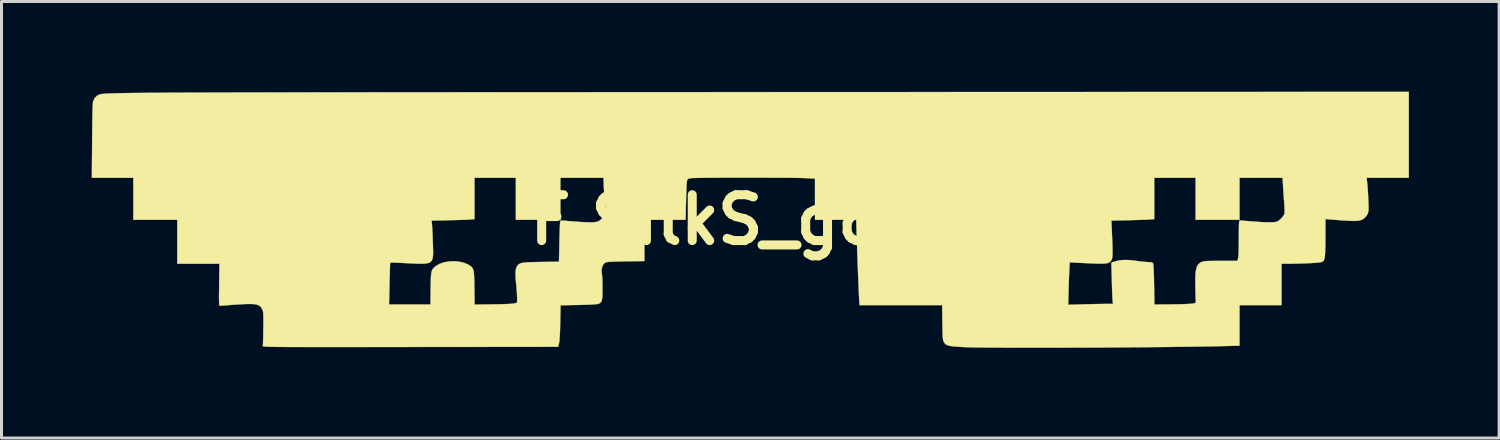
<source format=kicad_pcb>
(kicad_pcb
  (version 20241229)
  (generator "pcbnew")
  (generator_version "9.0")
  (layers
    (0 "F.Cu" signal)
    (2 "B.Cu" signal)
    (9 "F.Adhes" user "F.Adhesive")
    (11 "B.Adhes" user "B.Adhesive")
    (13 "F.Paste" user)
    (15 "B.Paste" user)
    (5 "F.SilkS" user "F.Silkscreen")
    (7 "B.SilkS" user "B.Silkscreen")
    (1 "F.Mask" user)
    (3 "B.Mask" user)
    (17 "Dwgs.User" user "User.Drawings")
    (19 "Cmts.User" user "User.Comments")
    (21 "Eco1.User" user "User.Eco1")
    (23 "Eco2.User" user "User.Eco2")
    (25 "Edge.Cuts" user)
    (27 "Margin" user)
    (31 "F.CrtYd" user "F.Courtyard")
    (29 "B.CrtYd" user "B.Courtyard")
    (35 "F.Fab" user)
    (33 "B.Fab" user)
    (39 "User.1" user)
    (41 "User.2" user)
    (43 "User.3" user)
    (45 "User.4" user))
  (footprint "F.SilkS_g893"
    (layer "F.Cu")
    (at 21.895 4.261)
    (property "Reference" "F.SilkS_g893" (at 0 0 0) (layer "F.SilkS") (effects (font (size 1.524 1.524) (thickness 0.3))))
    (attr through_hole)
    (fp_poly (pts (xy 21.907 -1.397) (xy 21.206 -1.397) (xy 20.505 -1.397) (xy 20.517 -1.289) (xy 20.528 -1.186) (xy 20.538 -1.062) (xy 20.547 -0.925) (xy 20.556 -0.783) (xy 20.562 -0.644) (xy 20.567 -0.517) (xy 20.569 -0.409) (xy 20.568 -0.329) (xy 20.565 -0.289) (xy 20.544 -0.208) (xy 20.502 -0.137) (xy 20.465 -0.094) (xy 20.427 -0.056) (xy 20.387 -0.025) (xy 20.341 -0.000404) (xy 20.285 0.018) (xy 20.215 0.029) (xy 20.128 0.035) (xy 20.018 0.035) (xy 19.882 0.03) (xy 19.716 0.02) (xy 19.515 0.004) (xy 19.289 -0.014) (xy 19.135 -0.027) (xy 19.135 0.544) (xy 19.134 0.702) (xy 19.132 0.853) (xy 19.128 0.988) (xy 19.124 1.101) (xy 19.118 1.185) (xy 19.113 1.23) (xy 19.1 1.292) (xy 19.085 1.338) (xy 19.061 1.373) (xy 19.024 1.397) (xy 18.966 1.413) (xy 18.884 1.424) (xy 18.771 1.432) (xy 18.621 1.44) (xy 18.614 1.44) (xy 18.463 1.447) (xy 18.304 1.452) (xy 18.15 1.456) (xy 18.016 1.459) (xy 17.944 1.46) (xy 17.674 1.46) (xy 17.674 2.836) (xy 16.277 2.836) (xy 16.277 4.186) (xy 15.722 4.199) (xy 15.466 4.205) (xy 15.182 4.21) (xy 14.873 4.215) (xy 14.54 4.22) (xy 14.188 4.224) (xy 13.819 4.229) (xy 13.436 4.232) (xy 13.041 4.236) (xy 12.637 4.239) (xy 12.227 4.242) (xy 11.814 4.245) (xy 11.401 4.247) (xy 10.991 4.249) (xy 10.585 4.25) (xy 10.188 4.251) (xy 9.801 4.252) (xy 9.429 4.252) (xy 9.072 4.252) (xy 8.735 4.251) (xy 8.42 4.25) (xy 8.13 4.248) (xy 7.868 4.246) (xy 7.636 4.244) (xy 7.437 4.241) (xy 7.274 4.237) (xy 7.15 4.233) (xy 7.126 4.232) (xy 6.946 4.223) (xy 6.803 4.212) (xy 6.692 4.199) (xy 6.607 4.183) (xy 6.545 4.161) (xy 6.5 4.134) (xy 6.466 4.098) (xy 6.441 4.058) (xy 6.43 4.033) (xy 6.421 3.998) (xy 6.414 3.951) (xy 6.408 3.884) (xy 6.404 3.794) (xy 6.401 3.674) (xy 6.398 3.521) (xy 6.396 3.413) (xy 6.388 2.836) (xy 3.644 2.836) (xy 3.643 2.826) (xy 10.579 2.826) (xy 11.031 2.812) (xy 11.19 2.808) (xy 11.356 2.804) (xy 11.519 2.8) (xy 11.665 2.798) (xy 11.777 2.796) (xy 12.071 2.794) (xy 12.058 2.683) (xy 12.054 2.632) (xy 12.049 2.546) (xy 12.044 2.431) (xy 12.039 2.294) (xy 12.035 2.143) (xy 12.031 1.998) (xy 12.016 1.424) (xy 12.151 1.379) (xy 12.292 1.347) (xy 12.462 1.334) (xy 12.653 1.34) (xy 12.856 1.366) (xy 12.857 1.367) (xy 12.969 1.383) (xy 13.093 1.396) (xy 13.202 1.404) (xy 13.215 1.404) (xy 13.299 1.408) (xy 13.352 1.414) (xy 13.381 1.425) (xy 13.398 1.446) (xy 13.405 1.461) (xy 13.411 1.495) (xy 13.416 1.566) (xy 13.422 1.669) (xy 13.427 1.797) (xy 13.432 1.946) (xy 13.435 2.111) (xy 13.436 2.166) (xy 13.446 2.818) (xy 14.073 2.811) (xy 14.283 2.807) (xy 14.453 2.803) (xy 14.584 2.797) (xy 14.679 2.791) (xy 14.739 2.783) (xy 14.762 2.777) (xy 14.823 2.75) (xy 14.811 2.316) (xy 14.807 2.101) (xy 14.809 1.923) (xy 14.816 1.78) (xy 14.831 1.666) (xy 14.853 1.577) (xy 14.885 1.51) (xy 14.926 1.459) (xy 14.978 1.422) (xy 15.013 1.404) (xy 15.044 1.392) (xy 15.081 1.383) (xy 15.127 1.376) (xy 15.19 1.371) (xy 15.274 1.368) (xy 15.385 1.366) (xy 15.53 1.365) (xy 15.653 1.365) (xy 16.203 1.365) (xy 16.228 1.291) (xy 16.237 1.243) (xy 16.244 1.158) (xy 16.25 1.033) (xy 16.253 0.868) (xy 16.255 0.662) (xy 16.255 0.619) (xy 16.255 0.444) (xy 16.256 0.307) (xy 16.258 0.203) (xy 16.261 0.128) (xy 16.265 0.076) (xy 16.27 0.045) (xy 16.277 0.028) (xy 16.287 0.022) (xy 16.293 0.022) (xy 16.326 0.023) (xy 16.393 0.028) (xy 16.486 0.036) (xy 16.6 0.045) (xy 16.701 0.053) (xy 16.944 0.071) (xy 17.147 0.081) (xy 17.309 0.083) (xy 17.431 0.077) (xy 17.513 0.063) (xy 17.532 0.056) (xy 17.596 0.016) (xy 17.664 -0.045) (xy 17.724 -0.116) (xy 17.765 -0.184) (xy 17.773 -0.206) (xy 17.776 -0.247) (xy 17.776 -0.322) (xy 17.773 -0.42) (xy 17.766 -0.533) (xy 17.763 -0.582) (xy 17.752 -0.721) (xy 17.742 -0.872) (xy 17.732 -1.017) (xy 17.725 -1.138) (xy 17.724 -1.148) (xy 17.71 -1.397) (xy 16.277 -1.397) (xy 16.277 0) (xy 14.817 0) (xy 14.817 -1.397) (xy 13.441 -1.397) (xy 13.441 -0.025) (xy 13.298 -0.013) (xy 13.238 -0.009) (xy 13.143 -0.005) (xy 13.02 -0.000366) (xy 12.878 0.004) (xy 12.723 0.009) (xy 12.586 0.012) (xy 12.017 0.026) (xy 12.035 0.463) (xy 12.044 0.674) (xy 12.05 0.847) (xy 12.054 0.986) (xy 12.054 1.096) (xy 12.052 1.18) (xy 12.046 1.244) (xy 12.038 1.29) (xy 12.026 1.324) (xy 12.016 1.342) (xy 11.982 1.385) (xy 11.94 1.417) (xy 11.885 1.439) (xy 11.81 1.452) (xy 11.709 1.457) (xy 11.576 1.456) (xy 11.472 1.453) (xy 11.33 1.447) (xy 11.179 1.44) (xy 11.034 1.434) (xy 10.911 1.427) (xy 10.877 1.426) (xy 10.631 1.412) (xy 10.618 1.643) (xy 10.614 1.735) (xy 10.608 1.859) (xy 10.603 2.005) (xy 10.598 2.161) (xy 10.593 2.318) (xy 10.592 2.349) (xy 10.579 2.826) (xy 3.643 2.826) (xy 3.632 2.704) (xy 3.629 2.652) (xy 3.624 2.563) (xy 3.618 2.441) (xy 3.612 2.292) (xy 3.604 2.118) (xy 3.597 1.927) (xy 3.589 1.721) (xy 3.58 1.506) (xy 3.572 1.287) (xy 3.564 1.069) (xy 3.557 0.856) (xy 3.55 0.653) (xy 3.544 0.464) (xy 3.543 0.439) (xy 3.53 0) (xy 2.159 0) (xy 2.159 -1.372) (xy 1.9 -1.386) (xy 1.822 -1.389) (xy 1.71 -1.392) (xy 1.567 -1.395) (xy 1.397 -1.397) (xy 1.205 -1.399) (xy 0.992 -1.4) (xy 0.764 -1.401) (xy 0.524 -1.402) (xy 0.276 -1.403) (xy 0.023 -1.403) (xy -0.231 -1.403) (xy -0.481 -1.403) (xy -0.725 -1.402) (xy -0.958 -1.402) (xy -1.176 -1.4) (xy -1.377 -1.399) (xy -1.556 -1.397) (xy -1.709 -1.395) (xy -1.833 -1.392) (xy -1.924 -1.39) (xy -1.978 -1.387) (xy -1.989 -1.385) (xy -2.049 -1.369) (xy -2.08 -1.347) (xy -2.095 -1.306) (xy -2.101 -1.28) (xy -2.106 -1.237) (xy -2.111 -1.158) (xy -2.116 -1.05) (xy -2.121 -0.918) (xy -2.126 -0.77) (xy -2.13 -0.611) (xy -2.131 -0.598) (xy -2.144 0) (xy -3.514 0) (xy -3.514 1.371) (xy -4.133 1.38) (xy -4.334 1.384) (xy -4.495 1.388) (xy -4.62 1.393) (xy -4.712 1.4) (xy -4.773 1.407) (xy -4.807 1.416) (xy -4.808 1.417) (xy -4.869 1.468) (xy -4.913 1.548) (xy -4.936 1.645) (xy -4.936 1.746) (xy -4.931 1.771) (xy -4.924 1.823) (xy -4.918 1.908) (xy -4.913 2.018) (xy -4.909 2.142) (xy -4.908 2.24) (xy -4.908 2.402) (xy -4.912 2.528) (xy -4.921 2.622) (xy -4.936 2.69) (xy -4.959 2.737) (xy -4.991 2.768) (xy -5.034 2.789) (xy -5.052 2.795) (xy -5.099 2.803) (xy -5.185 2.811) (xy -5.304 2.818) (xy -5.453 2.824) (xy -5.627 2.829) (xy -5.718 2.831) (xy -6.303 2.841) (xy -6.314 3.416) (xy -6.319 3.631) (xy -6.326 3.81) (xy -6.335 3.952) (xy -6.345 4.053) (xy -6.354 4.106) (xy -6.383 4.223) (xy -11.3 4.228) (xy -11.838 4.229) (xy -12.336 4.229) (xy -12.795 4.23) (xy -13.216 4.23) (xy -13.601 4.23) (xy -13.952 4.23) (xy -14.27 4.23) (xy -14.557 4.23) (xy -14.814 4.23) (xy -15.043 4.229) (xy -15.246 4.229) (xy -15.424 4.228) (xy -15.579 4.227) (xy -15.712 4.226) (xy -15.825 4.224) (xy -15.92 4.223) (xy -15.998 4.221) (xy -16.06 4.219) (xy -16.109 4.216) (xy -16.146 4.214) (xy -16.173 4.211) (xy -16.19 4.208) (xy -16.2 4.204) (xy -16.205 4.201) (xy -16.205 4.197) (xy -16.205 4.196) (xy -16.202 4.166) (xy -16.198 4.099) (xy -16.195 4.002) (xy -16.192 3.881) (xy -16.19 3.742) (xy -16.188 3.609) (xy -16.186 3.441) (xy -16.186 3.309) (xy -16.186 3.209) (xy -16.189 3.134) (xy -16.193 3.08) (xy -16.2 3.04) (xy -16.209 3.009) (xy -16.221 2.981) (xy -16.224 2.975) (xy -16.269 2.902) (xy -16.322 2.852) (xy -16.391 2.821) (xy -16.424 2.815) (xy -12.007 2.815) (xy -10.629 2.815) (xy -10.622 2.281) (xy -10.619 2.104) (xy -10.616 1.964) (xy -10.61 1.855) (xy -10.602 1.772) (xy -10.588 1.71) (xy -10.569 1.661) (xy -10.544 1.623) (xy -10.51 1.587) (xy -10.466 1.55) (xy -10.462 1.547) (xy -10.341 1.471) (xy -10.193 1.417) (xy -10.027 1.386) (xy -9.852 1.376) (xy -9.68 1.39) (xy -9.517 1.427) (xy -9.376 1.487) (xy -9.357 1.498) (xy -9.306 1.531) (xy -9.266 1.562) (xy -9.235 1.598) (xy -9.212 1.643) (xy -9.195 1.703) (xy -9.184 1.783) (xy -9.177 1.887) (xy -9.173 2.022) (xy -9.17 2.193) (xy -9.169 2.261) (xy -9.162 2.819) (xy -8.523 2.81) (xy -8.313 2.807) (xy -8.142 2.802) (xy -8.01 2.797) (xy -7.912 2.79) (xy -7.847 2.782) (xy -7.816 2.775) (xy -7.747 2.748) (xy -7.747 2.59) (xy -7.749 2.51) (xy -7.756 2.401) (xy -7.765 2.276) (xy -7.777 2.148) (xy -7.78 2.121) (xy -7.796 1.945) (xy -7.802 1.804) (xy -7.797 1.695) (xy -7.781 1.612) (xy -7.754 1.551) (xy -7.742 1.533) (xy -7.713 1.499) (xy -7.682 1.472) (xy -7.643 1.451) (xy -7.593 1.435) (xy -7.525 1.423) (xy -7.436 1.415) (xy -7.319 1.409) (xy -7.171 1.405) (xy -6.987 1.402) (xy -6.951 1.401) (xy -6.355 1.393) (xy -6.34 0.707) (xy -6.335 0.518) (xy -6.331 0.366) (xy -6.327 0.248) (xy -6.323 0.161) (xy -6.318 0.098) (xy -6.312 0.058) (xy -6.305 0.034) (xy -6.297 0.024) (xy -6.289 0.022) (xy -6.258 0.023) (xy -6.191 0.028) (xy -6.098 0.036) (xy -5.986 0.045) (xy -5.884 0.053) (xy -5.657 0.07) (xy -5.468 0.08) (xy -5.316 0.084) (xy -5.197 0.08) (xy -5.109 0.069) (xy -5.049 0.052) (xy -5.045 0.05) (xy -4.972 0.001) (xy -4.901 -0.07) (xy -4.844 -0.15) (xy -4.814 -0.224) (xy -4.813 -0.227) (xy -4.81 -0.277) (xy -4.811 -0.358) (xy -4.818 -0.455) (xy -4.824 -0.525) (xy -4.834 -0.633) (xy -4.845 -0.768) (xy -4.854 -0.913) (xy -4.861 -1.052) (xy -4.862 -1.074) (xy -4.875 -1.397) (xy -6.308 -1.397) (xy -6.308 0) (xy -7.789 0) (xy -7.789 -1.397) (xy -9.165 -1.397) (xy -9.165 -0.025) (xy -9.287 -0.013) (xy -9.34 -0.01) (xy -9.429 -0.005) (xy -9.547 -0.001) (xy -9.685 0.004) (xy -9.839 0.008) (xy -9.999 0.012) (xy -10.589 0.026) (xy -10.576 0.198) (xy -10.571 0.274) (xy -10.565 0.381) (xy -10.559 0.512) (xy -10.554 0.655) (xy -10.549 0.802) (xy -10.548 0.815) (xy -10.543 0.973) (xy -10.541 1.104) (xy -10.546 1.21) (xy -10.56 1.294) (xy -10.588 1.358) (xy -10.633 1.405) (xy -10.699 1.436) (xy -10.789 1.453) (xy -10.906 1.46) (xy -11.055 1.458) (xy -11.238 1.45) (xy -11.46 1.439) (xy -11.499 1.436) (xy -11.634 1.43) (xy -11.754 1.424) (xy -11.853 1.421) (xy -11.925 1.419) (xy -11.963 1.419) (xy -11.968 1.42) (xy -11.97 1.443) (xy -11.973 1.502) (xy -11.977 1.594) (xy -11.981 1.714) (xy -11.985 1.855) (xy -11.989 2.014) (xy -11.991 2.122) (xy -12.007 2.815) (xy -16.424 2.815) (xy -16.487 2.804) (xy -16.568 2.799) (xy -16.649 2.798) (xy -16.761 2.8) (xy -16.895 2.806) (xy -17.04 2.814) (xy -17.181 2.824) (xy -17.313 2.834) (xy -17.431 2.843) (xy -17.528 2.85) (xy -17.599 2.855) (xy -17.635 2.857) (xy -17.638 2.857) (xy -17.646 2.851) (xy -17.652 2.83) (xy -17.656 2.789) (xy -17.659 2.726) (xy -17.661 2.636) (xy -17.661 2.515) (xy -17.659 2.36) (xy -17.657 2.167) (xy -17.657 2.159) (xy -17.647 1.46) (xy -19.05 1.46) (xy -19.05 0) (xy -20.511 0) (xy -20.511 -1.397) (xy -21.89 -1.397) (xy -21.881 -2.63) (xy -21.879 -2.915) (xy -21.876 -3.16) (xy -21.873 -3.367) (xy -21.87 -3.539) (xy -21.866 -3.678) (xy -21.861 -3.786) (xy -21.857 -3.866) (xy -21.851 -3.92) (xy -21.845 -3.948) (xy -21.795 -4.05) (xy -21.72 -4.127) (xy -21.631 -4.17) (xy -21.617 -4.174) (xy -21.601 -4.177) (xy -21.583 -4.181) (xy -21.561 -4.184) (xy -21.536 -4.187) (xy -21.506 -4.19) (xy -21.471 -4.193) (xy -21.43 -4.196) (xy -21.382 -4.199) (xy -21.326 -4.201) (xy -21.261 -4.204) (xy -21.188 -4.206) (xy -21.104 -4.209) (xy -21.01 -4.211) (xy -20.904 -4.213) (xy -20.786 -4.215) (xy -20.655 -4.217) (xy -20.51 -4.219) (xy -20.351 -4.22) (xy -20.176 -4.222) (xy -19.985 -4.224) (xy -19.777 -4.225) (xy -19.552 -4.226) (xy -19.308 -4.228) (xy -19.045 -4.229) (xy -18.762 -4.23) (xy -18.458 -4.231) (xy -18.133 -4.232) (xy -17.786 -4.234) (xy -17.415 -4.234) (xy -17.021 -4.235) (xy -16.602 -4.236) (xy -16.158 -4.237) (xy -15.688 -4.238) (xy -15.191 -4.239) (xy -14.667 -4.239) (xy -14.114 -4.24) (xy -13.532 -4.241) (xy -12.92 -4.241) (xy -12.278 -4.242) (xy -11.604 -4.242) (xy -10.897 -4.243) (xy -10.158 -4.243) (xy -9.385 -4.244) (xy -8.578 -4.244) (xy -7.735 -4.245) (xy -6.856 -4.245) (xy -5.941 -4.245) (xy -4.988 -4.246) (xy -3.996 -4.246) (xy -2.966 -4.247) (xy -1.895 -4.247) (xy -0.784 -4.248) (xy 0.368 -4.248) (xy 0.619 -4.248) (xy 21.907 -4.256) (xy 21.907 -1.397)) (stroke (width 0.01) (type solid)) (fill yes) (layer "F.SilkS")))
  (gr_rect
    (start -3 -3)
    (end 46.807 11.518)
    (stroke (width 0.1) (type default))
    (fill no)
    (layer "Edge.Cuts")))
</source>
